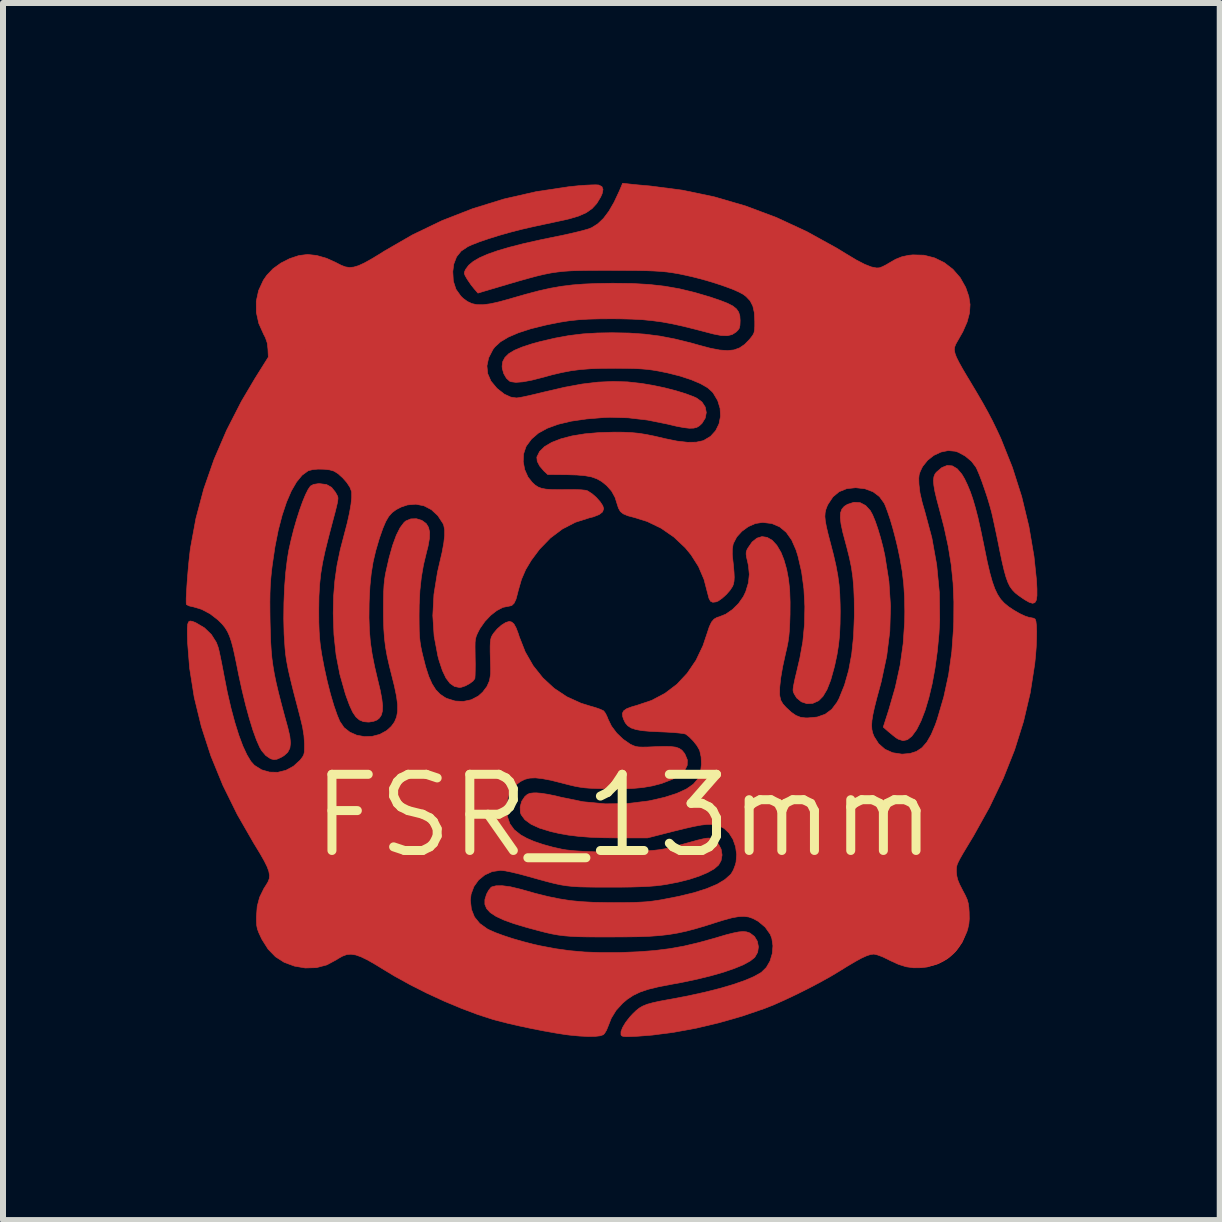
<source format=kicad_pcb>
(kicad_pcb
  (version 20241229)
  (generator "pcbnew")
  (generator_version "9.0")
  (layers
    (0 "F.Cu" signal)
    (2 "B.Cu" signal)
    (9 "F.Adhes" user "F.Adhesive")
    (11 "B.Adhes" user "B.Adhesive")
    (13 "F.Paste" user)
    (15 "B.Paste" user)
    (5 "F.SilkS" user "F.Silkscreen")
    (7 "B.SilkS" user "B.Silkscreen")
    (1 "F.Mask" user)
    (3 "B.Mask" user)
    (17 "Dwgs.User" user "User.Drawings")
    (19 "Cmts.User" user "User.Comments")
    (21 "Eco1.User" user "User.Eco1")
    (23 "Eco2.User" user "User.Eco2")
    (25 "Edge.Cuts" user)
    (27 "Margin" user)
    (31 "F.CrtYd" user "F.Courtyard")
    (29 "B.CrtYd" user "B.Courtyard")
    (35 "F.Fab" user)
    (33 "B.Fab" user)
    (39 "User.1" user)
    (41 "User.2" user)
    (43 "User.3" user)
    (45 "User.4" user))
  (footprint "FSR_13mm"
    (layer "F.Cu")
    (at 7.352 10.548)
    (property "Reference" "FSR_13mm" (at 0 0 0) (layer "F.SilkS") (effects (font (size 1.27 1.27) (thickness 0.15))))
    (attr through_hole)
    (fp_poly (pts (xy -0.423 -10.514) (xy -0.419 -10.513) (xy -0.368 -10.487) (xy -0.35 -10.44) (xy -0.364 -10.37) (xy -0.39 -10.312) (xy -0.454 -10.206) (xy -0.531 -10.122) (xy -0.629 -10.053) (xy -0.752 -9.998) (xy -0.909 -9.951) (xy -0.995 -9.931) (xy -1.088 -9.911) (xy -1.209 -9.885) (xy -1.345 -9.856) (xy -1.484 -9.826) (xy -1.547 -9.812) (xy -1.725 -9.771) (xy -1.909 -9.723) (xy -2.091 -9.671) (xy -2.263 -9.617) (xy -2.415 -9.565) (xy -2.54 -9.516) (xy -2.603 -9.487) (xy -2.714 -9.413) (xy -2.791 -9.317) (xy -2.838 -9.195) (xy -2.854 -9.07) (xy -2.845 -8.912) (xy -2.801 -8.776) (xy -2.72 -8.662) (xy -2.681 -8.624) (xy -2.61 -8.572) (xy -2.535 -8.537) (xy -2.45 -8.519) (xy -2.35 -8.518) (xy -2.228 -8.534) (xy -2.08 -8.567) (xy -1.899 -8.617) (xy -1.873 -8.625) (xy -1.632 -8.694) (xy -1.42 -8.75) (xy -1.228 -8.793) (xy -1.045 -8.825) (xy -0.861 -8.848) (xy -0.667 -8.863) (xy -0.452 -8.872) (xy -0.207 -8.876) (xy -0.169 -8.876) (xy 0.14 -8.872) (xy 0.419 -8.856) (xy 0.678 -8.827) (xy 0.928 -8.783) (xy 1.18 -8.722) (xy 1.445 -8.644) (xy 1.45 -8.642) (xy 1.606 -8.589) (xy 1.726 -8.542) (xy 1.814 -8.497) (xy 1.874 -8.449) (xy 1.911 -8.396) (xy 1.931 -8.333) (xy 1.936 -8.258) (xy 1.936 -8.251) (xy 1.933 -8.177) (xy 1.923 -8.129) (xy 1.899 -8.093) (xy 1.867 -8.062) (xy 1.803 -8.021) (xy 1.723 -8.002) (xy 1.621 -8.005) (xy 1.492 -8.03) (xy 1.438 -8.044) (xy 1.197 -8.107) (xy 0.989 -8.159) (xy 0.803 -8.2) (xy 0.634 -8.231) (xy 0.471 -8.253) (xy 0.307 -8.269) (xy 0.134 -8.278) (xy -0.058 -8.283) (xy -0.191 -8.284) (xy -0.406 -8.283) (xy -0.591 -8.278) (xy -0.754 -8.268) (xy -0.907 -8.252) (xy -1.06 -8.228) (xy -1.223 -8.196) (xy -1.305 -8.179) (xy -1.552 -8.118) (xy -1.759 -8.051) (xy -1.927 -7.979) (xy -2.058 -7.901) (xy -2.152 -7.815) (xy -2.185 -7.772) (xy -2.256 -7.634) (xy -2.285 -7.499) (xy -2.272 -7.369) (xy -2.218 -7.245) (xy -2.121 -7.128) (xy -2.108 -7.116) (xy -1.994 -7.027) (xy -1.887 -6.978) (xy -1.793 -6.964) (xy -1.751 -6.969) (xy -1.676 -6.983) (xy -1.574 -7.005) (xy -1.455 -7.033) (xy -1.324 -7.065) (xy -1.305 -7.069) (xy -0.987 -7.143) (xy -0.699 -7.196) (xy -0.433 -7.228) (xy -0.182 -7.239) (xy 0.06 -7.232) (xy 0.294 -7.206) (xy 0.488 -7.173) (xy 0.682 -7.132) (xy 0.864 -7.085) (xy 1.027 -7.035) (xy 1.161 -6.985) (xy 1.213 -6.961) (xy 1.3 -6.896) (xy 1.354 -6.813) (xy 1.372 -6.721) (xy 1.354 -6.628) (xy 1.3 -6.54) (xy 1.257 -6.5) (xy 1.214 -6.474) (xy 1.16 -6.461) (xy 1.089 -6.459) (xy 0.996 -6.47) (xy 0.874 -6.493) (xy 0.722 -6.529) (xy 0.395 -6.595) (xy 0.072 -6.633) (xy -0.235 -6.642) (xy -0.334 -6.638) (xy -0.627 -6.614) (xy -0.881 -6.577) (xy -1.098 -6.525) (xy -1.279 -6.459) (xy -1.427 -6.378) (xy -1.541 -6.28) (xy -1.625 -6.167) (xy -1.635 -6.149) (xy -1.674 -6.031) (xy -1.68 -5.901) (xy -1.655 -5.769) (xy -1.601 -5.647) (xy -1.532 -5.559) (xy -1.483 -5.513) (xy -1.433 -5.48) (xy -1.375 -5.458) (xy -1.302 -5.444) (xy -1.207 -5.437) (xy -1.081 -5.435) (xy -0.989 -5.436) (xy -0.831 -5.437) (xy -0.714 -5.433) (xy -0.638 -5.425) (xy -0.608 -5.416) (xy -0.532 -5.367) (xy -0.459 -5.303) (xy -0.397 -5.233) (xy -0.354 -5.168) (xy -0.339 -5.118) (xy -0.357 -5.065) (xy -0.414 -5.02) (xy -0.511 -4.982) (xy -0.576 -4.966) (xy -0.809 -4.892) (xy -1.026 -4.78) (xy -1.226 -4.63) (xy -1.409 -4.441) (xy -1.545 -4.259) (xy -1.639 -4.102) (xy -1.709 -3.94) (xy -1.762 -3.756) (xy -1.772 -3.715) (xy -1.8 -3.61) (xy -1.832 -3.542) (xy -1.871 -3.504) (xy -1.921 -3.492) (xy -1.924 -3.492) (xy -2.019 -3.473) (xy -2.122 -3.419) (xy -2.224 -3.339) (xy -2.32 -3.237) (xy -2.401 -3.121) (xy -2.424 -3.078) (xy -2.448 -3.029) (xy -2.465 -2.987) (xy -2.476 -2.944) (xy -2.482 -2.891) (xy -2.483 -2.819) (xy -2.482 -2.72) (xy -2.481 -2.64) (xy -2.479 -2.526) (xy -2.48 -2.425) (xy -2.482 -2.345) (xy -2.485 -2.295) (xy -2.487 -2.285) (xy -2.517 -2.245) (xy -2.573 -2.203) (xy -2.643 -2.165) (xy -2.71 -2.142) (xy -2.744 -2.138) (xy -2.826 -2.155) (xy -2.9 -2.206) (xy -2.967 -2.294) (xy -3.027 -2.42) (xy -3.082 -2.586) (xy -3.103 -2.664) (xy -3.165 -2.993) (xy -3.187 -3.336) (xy -3.168 -3.691) (xy -3.109 -4.059) (xy -3.078 -4.194) (xy -3.033 -4.387) (xy -3.004 -4.544) (xy -2.99 -4.67) (xy -2.99 -4.768) (xy -3.005 -4.842) (xy -3.016 -4.869) (xy -3.103 -5.002) (xy -3.211 -5.102) (xy -3.334 -5.166) (xy -3.469 -5.193) (xy -3.609 -5.181) (xy -3.714 -5.146) (xy -3.797 -5.103) (xy -3.865 -5.053) (xy -3.922 -4.989) (xy -3.972 -4.903) (xy -4.02 -4.79) (xy -4.071 -4.644) (xy -4.081 -4.614) (xy -4.139 -4.416) (xy -4.183 -4.227) (xy -4.214 -4.035) (xy -4.235 -3.828) (xy -4.247 -3.595) (xy -4.249 -3.535) (xy -4.251 -3.299) (xy -4.244 -3.09) (xy -4.228 -2.893) (xy -4.199 -2.696) (xy -4.157 -2.484) (xy -4.107 -2.271) (xy -4.064 -2.092) (xy -4.037 -1.948) (xy -4.024 -1.834) (xy -4.027 -1.746) (xy -4.044 -1.68) (xy -4.076 -1.63) (xy -4.115 -1.597) (xy -4.17 -1.575) (xy -4.242 -1.562) (xy -4.265 -1.561) (xy -4.343 -1.568) (xy -4.41 -1.596) (xy -4.469 -1.647) (xy -4.523 -1.727) (xy -4.575 -1.84) (xy -4.63 -1.989) (xy -4.645 -2.033) (xy -4.736 -2.355) (xy -4.799 -2.68) (xy -4.835 -3.018) (xy -4.847 -3.372) (xy -4.841 -3.654) (xy -4.82 -3.916) (xy -4.784 -4.172) (xy -4.729 -4.437) (xy -4.658 -4.708) (xy -4.612 -4.884) (xy -4.576 -5.047) (xy -4.551 -5.191) (xy -4.539 -5.309) (xy -4.54 -5.395) (xy -4.542 -5.405) (xy -4.568 -5.474) (xy -4.621 -5.555) (xy -4.691 -5.634) (xy -4.768 -5.703) (xy -4.836 -5.745) (xy -4.906 -5.765) (xy -4.999 -5.776) (xy -5.1 -5.778) (xy -5.193 -5.769) (xy -5.262 -5.751) (xy -5.268 -5.748) (xy -5.366 -5.676) (xy -5.459 -5.563) (xy -5.546 -5.413) (xy -5.626 -5.227) (xy -5.699 -5.008) (xy -5.764 -4.758) (xy -5.819 -4.48) (xy -5.864 -4.174) (xy -5.875 -4.085) (xy -5.887 -3.964) (xy -5.896 -3.843) (xy -5.901 -3.713) (xy -5.903 -3.566) (xy -5.902 -3.392) (xy -5.9 -3.239) (xy -5.895 -3.059) (xy -5.89 -2.901) (xy -5.881 -2.758) (xy -5.869 -2.625) (xy -5.851 -2.494) (xy -5.828 -2.359) (xy -5.798 -2.214) (xy -5.76 -2.053) (xy -5.713 -1.869) (xy -5.656 -1.655) (xy -5.605 -1.471) (xy -5.571 -1.327) (xy -5.559 -1.214) (xy -5.57 -1.126) (xy -5.606 -1.057) (xy -5.667 -1.002) (xy -5.719 -0.971) (xy -5.785 -0.942) (xy -5.834 -0.935) (xy -5.883 -0.947) (xy -5.895 -0.952) (xy -5.971 -1.003) (xy -6.04 -1.084) (xy -6.072 -1.139) (xy -6.127 -1.264) (xy -6.186 -1.427) (xy -6.246 -1.623) (xy -6.307 -1.846) (xy -6.367 -2.093) (xy -6.425 -2.359) (xy -6.445 -2.461) (xy -6.482 -2.642) (xy -6.514 -2.788) (xy -6.545 -2.904) (xy -6.577 -2.997) (xy -6.611 -3.072) (xy -6.651 -3.136) (xy -6.699 -3.195) (xy -6.758 -3.254) (xy -6.773 -3.268) (xy -6.9 -3.366) (xy -7.04 -3.44) (xy -7.179 -3.482) (xy -7.193 -3.484) (xy -7.251 -3.498) (xy -7.29 -3.518) (xy -7.296 -3.526) (xy -7.298 -3.559) (xy -7.298 -3.627) (xy -7.293 -3.722) (xy -7.286 -3.836) (xy -7.277 -3.963) (xy -7.266 -4.095) (xy -7.254 -4.225) (xy -7.241 -4.345) (xy -7.229 -4.448) (xy -7.226 -4.466) (xy -7.136 -4.955) (xy -7.005 -5.447) (xy -6.834 -5.938) (xy -6.624 -6.426) (xy -6.378 -6.907) (xy -6.152 -7.289) (xy -5.929 -7.645) (xy -5.935 -7.778) (xy -5.947 -7.881) (xy -5.978 -7.971) (xy -6.006 -8.024) (xy -6.088 -8.207) (xy -6.129 -8.392) (xy -6.13 -8.576) (xy -6.091 -8.755) (xy -6.012 -8.926) (xy -5.954 -9.01) (xy -5.851 -9.118) (xy -5.719 -9.213) (xy -5.571 -9.288) (xy -5.419 -9.338) (xy -5.274 -9.356) (xy -5.273 -9.356) (xy -5.121 -9.339) (xy -4.958 -9.292) (xy -4.797 -9.219) (xy -4.789 -9.214) (xy -4.712 -9.175) (xy -4.643 -9.149) (xy -4.576 -9.139) (xy -4.504 -9.146) (xy -4.424 -9.17) (xy -4.327 -9.215) (xy -4.21 -9.28) (xy -4.066 -9.367) (xy -3.997 -9.411) (xy -3.526 -9.683) (xy -3.034 -9.92) (xy -2.524 -10.119) (xy -2 -10.281) (xy -1.464 -10.403) (xy -0.921 -10.485) (xy -0.758 -10.502) (xy -0.648 -10.51) (xy -0.549 -10.515) (xy -0.471 -10.517) (xy -0.423 -10.514)) (stroke (width 0.01) (type solid)) (fill yes) (layer "F.Cu"))
    (fp_poly (pts (xy 0.079 -10.532) (xy 0.141 -10.525) (xy 0.232 -10.516) (xy 0.34 -10.506) (xy 0.434 -10.498) (xy 0.973 -10.428) (xy 1.504 -10.317) (xy 2.026 -10.165) (xy 2.541 -9.972) (xy 3.048 -9.737) (xy 3.548 -9.461) (xy 3.705 -9.365) (xy 3.873 -9.264) (xy 4.012 -9.192) (xy 4.124 -9.148) (xy 4.21 -9.131) (xy 4.255 -9.133) (xy 4.307 -9.152) (xy 4.374 -9.186) (xy 4.412 -9.209) (xy 4.528 -9.276) (xy 4.633 -9.318) (xy 4.745 -9.342) (xy 4.816 -9.349) (xy 5.001 -9.344) (xy 5.177 -9.299) (xy 5.339 -9.22) (xy 5.483 -9.109) (xy 5.604 -8.97) (xy 5.696 -8.807) (xy 5.748 -8.657) (xy 5.769 -8.521) (xy 5.76 -8.381) (xy 5.72 -8.231) (xy 5.648 -8.067) (xy 5.556 -7.906) (xy 5.529 -7.857) (xy 5.512 -7.812) (xy 5.507 -7.765) (xy 5.517 -7.711) (xy 5.541 -7.644) (xy 5.583 -7.56) (xy 5.643 -7.452) (xy 5.724 -7.315) (xy 5.757 -7.261) (xy 5.878 -7.058) (xy 5.98 -6.883) (xy 6.067 -6.726) (xy 6.143 -6.581) (xy 6.212 -6.439) (xy 6.28 -6.293) (xy 6.289 -6.271) (xy 6.475 -5.805) (xy 6.63 -5.318) (xy 6.75 -4.82) (xy 6.835 -4.32) (xy 6.876 -3.929) (xy 6.884 -3.779) (xy 6.884 -3.668) (xy 6.873 -3.593) (xy 6.849 -3.552) (xy 6.811 -3.541) (xy 6.755 -3.558) (xy 6.681 -3.6) (xy 6.651 -3.62) (xy 6.58 -3.669) (xy 6.522 -3.715) (xy 6.474 -3.765) (xy 6.433 -3.822) (xy 6.399 -3.892) (xy 6.367 -3.981) (xy 6.336 -4.093) (xy 6.303 -4.234) (xy 6.266 -4.409) (xy 6.246 -4.511) (xy 6.218 -4.648) (xy 6.19 -4.781) (xy 6.164 -4.901) (xy 6.143 -4.997) (xy 6.128 -5.061) (xy 6.128 -5.061) (xy 6.096 -5.177) (xy 6.057 -5.307) (xy 6.012 -5.441) (xy 5.967 -5.57) (xy 5.924 -5.683) (xy 5.886 -5.772) (xy 5.868 -5.809) (xy 5.793 -5.908) (xy 5.689 -5.995) (xy 5.572 -6.059) (xy 5.52 -6.076) (xy 5.404 -6.087) (xy 5.283 -6.062) (xy 5.165 -6.007) (xy 5.062 -5.926) (xy 4.981 -5.825) (xy 4.967 -5.8) (xy 4.937 -5.736) (xy 4.92 -5.684) (xy 4.914 -5.626) (xy 4.916 -5.548) (xy 4.918 -5.514) (xy 4.934 -5.381) (xy 4.97 -5.224) (xy 5.015 -5.069) (xy 5.132 -4.632) (xy 5.213 -4.18) (xy 5.257 -3.721) (xy 5.263 -3.264) (xy 5.251 -3.033) (xy 5.223 -2.74) (xy 5.185 -2.462) (xy 5.138 -2.203) (xy 5.082 -1.967) (xy 5.02 -1.758) (xy 4.951 -1.579) (xy 4.878 -1.434) (xy 4.8 -1.328) (xy 4.797 -1.324) (xy 4.724 -1.267) (xy 4.651 -1.251) (xy 4.572 -1.276) (xy 4.538 -1.297) (xy 4.48 -1.342) (xy 4.415 -1.396) (xy 4.397 -1.411) (xy 4.322 -1.477) (xy 4.413 -1.761) (xy 4.523 -2.141) (xy 4.603 -2.507) (xy 4.654 -2.868) (xy 4.679 -3.237) (xy 4.681 -3.408) (xy 4.677 -3.645) (xy 4.663 -3.862) (xy 4.638 -4.074) (xy 4.599 -4.298) (xy 4.56 -4.483) (xy 4.523 -4.636) (xy 4.482 -4.79) (xy 4.439 -4.936) (xy 4.396 -5.063) (xy 4.358 -5.165) (xy 4.338 -5.21) (xy 4.259 -5.319) (xy 4.152 -5.4) (xy 4.018 -5.45) (xy 3.863 -5.468) (xy 3.713 -5.452) (xy 3.586 -5.401) (xy 3.483 -5.315) (xy 3.402 -5.193) (xy 3.388 -5.165) (xy 3.366 -5.108) (xy 3.353 -5.051) (xy 3.349 -4.989) (xy 3.356 -4.913) (xy 3.374 -4.816) (xy 3.403 -4.693) (xy 3.439 -4.555) (xy 3.493 -4.347) (xy 3.534 -4.167) (xy 3.564 -4.006) (xy 3.585 -3.853) (xy 3.597 -3.696) (xy 3.603 -3.526) (xy 3.605 -3.408) (xy 3.602 -3.197) (xy 3.594 -3.015) (xy 3.577 -2.849) (xy 3.551 -2.685) (xy 3.514 -2.511) (xy 3.5 -2.455) (xy 3.445 -2.258) (xy 3.384 -2.103) (xy 3.317 -1.99) (xy 3.245 -1.917) (xy 3.243 -1.916) (xy 3.147 -1.873) (xy 3.049 -1.868) (xy 2.957 -1.899) (xy 2.88 -1.962) (xy 2.843 -2.021) (xy 2.832 -2.043) (xy 2.824 -2.062) (xy 2.819 -2.083) (xy 2.819 -2.11) (xy 2.824 -2.15) (xy 2.835 -2.208) (xy 2.852 -2.289) (xy 2.878 -2.397) (xy 2.911 -2.539) (xy 2.931 -2.623) (xy 2.981 -2.898) (xy 3.009 -3.189) (xy 3.015 -3.487) (xy 2.999 -3.783) (xy 2.961 -4.065) (xy 2.901 -4.325) (xy 2.868 -4.431) (xy 2.795 -4.597) (xy 2.704 -4.725) (xy 2.594 -4.816) (xy 2.464 -4.871) (xy 2.313 -4.889) (xy 2.306 -4.889) (xy 2.189 -4.871) (xy 2.072 -4.819) (xy 1.965 -4.741) (xy 1.879 -4.646) (xy 1.824 -4.54) (xy 1.818 -4.52) (xy 1.806 -4.445) (xy 1.805 -4.358) (xy 1.807 -4.329) (xy 1.824 -4.177) (xy 1.834 -4.061) (xy 1.838 -3.974) (xy 1.834 -3.908) (xy 1.823 -3.857) (xy 1.811 -3.825) (xy 1.768 -3.759) (xy 1.707 -3.689) (xy 1.637 -3.626) (xy 1.572 -3.58) (xy 1.536 -3.565) (xy 1.48 -3.558) (xy 1.442 -3.576) (xy 1.416 -3.625) (xy 1.397 -3.698) (xy 1.334 -3.939) (xy 1.242 -4.154) (xy 1.118 -4.349) (xy 1.021 -4.467) (xy 0.831 -4.646) (xy 0.618 -4.793) (xy 0.386 -4.905) (xy 0.174 -4.971) (xy 0.064 -5) (xy -0.012 -5.032) (xy -0.061 -5.072) (xy -0.092 -5.127) (xy -0.107 -5.173) (xy -0.149 -5.306) (xy -0.206 -5.41) (xy -0.285 -5.5) (xy -0.299 -5.512) (xy -0.373 -5.572) (xy -0.452 -5.616) (xy -0.541 -5.648) (xy -0.65 -5.668) (xy -0.786 -5.68) (xy -0.956 -5.685) (xy -0.959 -5.685) (xy -1.272 -5.688) (xy -1.337 -5.749) (xy -1.406 -5.83) (xy -1.446 -5.908) (xy -1.453 -5.976) (xy -1.452 -5.98) (xy -1.407 -6.071) (xy -1.324 -6.153) (xy -1.205 -6.223) (xy -1.051 -6.283) (xy -0.867 -6.331) (xy -0.653 -6.366) (xy -0.413 -6.387) (xy -0.169 -6.394) (xy -0.013 -6.393) (xy 0.121 -6.387) (xy 0.245 -6.375) (xy 0.372 -6.355) (xy 0.514 -6.326) (xy 0.683 -6.286) (xy 0.884 -6.245) (xy 1.059 -6.225) (xy 1.204 -6.227) (xy 1.317 -6.251) (xy 1.329 -6.256) (xy 1.443 -6.324) (xy 1.528 -6.418) (xy 1.584 -6.532) (xy 1.609 -6.658) (xy 1.602 -6.79) (xy 1.562 -6.921) (xy 1.488 -7.045) (xy 1.472 -7.065) (xy 1.392 -7.136) (xy 1.273 -7.204) (xy 1.121 -7.268) (xy 0.939 -7.328) (xy 0.73 -7.381) (xy 0.572 -7.413) (xy 0.477 -7.429) (xy 0.384 -7.441) (xy 0.285 -7.449) (xy 0.171 -7.455) (xy 0.032 -7.458) (xy -0.14 -7.459) (xy -0.148 -7.459) (xy -0.369 -7.458) (xy -0.558 -7.451) (xy -0.725 -7.438) (xy -0.881 -7.418) (xy -1.037 -7.388) (xy -1.203 -7.349) (xy -1.34 -7.311) (xy -1.531 -7.262) (xy -1.684 -7.233) (xy -1.802 -7.224) (xy -1.884 -7.235) (xy -1.905 -7.243) (xy -1.96 -7.293) (xy -2.004 -7.369) (xy -2.029 -7.456) (xy -2.032 -7.493) (xy -2.021 -7.571) (xy -1.984 -7.64) (xy -1.921 -7.702) (xy -1.826 -7.759) (xy -1.697 -7.813) (xy -1.532 -7.867) (xy -1.393 -7.905) (xy -1.146 -7.962) (xy -0.916 -8.004) (xy -0.686 -8.032) (xy -0.443 -8.047) (xy -0.201 -8.051) (xy 0.083 -8.046) (xy 0.344 -8.028) (xy 0.595 -7.996) (xy 0.849 -7.947) (xy 1.121 -7.88) (xy 1.252 -7.843) (xy 1.44 -7.793) (xy 1.596 -7.763) (xy 1.725 -7.754) (xy 1.834 -7.765) (xy 1.927 -7.799) (xy 2.011 -7.856) (xy 2.09 -7.937) (xy 2.116 -7.969) (xy 2.147 -8.01) (xy 2.166 -8.047) (xy 2.176 -8.092) (xy 2.18 -8.158) (xy 2.18 -8.243) (xy 2.173 -8.385) (xy 2.148 -8.496) (xy 2.103 -8.584) (xy 2.033 -8.657) (xy 1.983 -8.694) (xy 1.911 -8.732) (xy 1.806 -8.778) (xy 1.676 -8.826) (xy 1.527 -8.876) (xy 1.369 -8.924) (xy 1.208 -8.967) (xy 1.136 -8.985) (xy 1.02 -9.011) (xy 0.915 -9.033) (xy 0.816 -9.05) (xy 0.717 -9.064) (xy 0.612 -9.074) (xy 0.494 -9.081) (xy 0.359 -9.086) (xy 0.199 -9.089) (xy 0.009 -9.09) (xy -0.218 -9.091) (xy -0.222 -9.091) (xy -0.425 -9.091) (xy -0.598 -9.09) (xy -0.747 -9.088) (xy -0.878 -9.084) (xy -0.996 -9.076) (xy -1.107 -9.064) (xy -1.217 -9.048) (xy -1.332 -9.025) (xy -1.458 -8.995) (xy -1.599 -8.957) (xy -1.763 -8.911) (xy -1.954 -8.855) (xy -2.179 -8.788) (xy -2.239 -8.771) (xy -2.435 -8.712) (xy -2.498 -8.785) (xy -2.55 -8.85) (xy -2.602 -8.926) (xy -2.618 -8.951) (xy -2.65 -9.007) (xy -2.662 -9.043) (xy -2.655 -9.075) (xy -2.638 -9.11) (xy -2.589 -9.176) (xy -2.514 -9.239) (xy -2.41 -9.3) (xy -2.276 -9.359) (xy -2.109 -9.418) (xy -1.908 -9.477) (xy -1.67 -9.538) (xy -1.393 -9.6) (xy -1.194 -9.641) (xy -0.994 -9.682) (xy -0.826 -9.72) (xy -0.692 -9.753) (xy -0.595 -9.781) (xy -0.54 -9.802) (xy -0.437 -9.867) (xy -0.342 -9.957) (xy -0.252 -10.077) (xy -0.164 -10.229) (xy -0.075 -10.419) (xy -0.066 -10.441) (xy -0.023 -10.543) (xy 0.079 -10.532)) (stroke (width 0.01) (type solid)) (fill yes) (layer "F.Cu"))
    (fp_poly (pts (xy 5.473 -5.832) (xy 5.554 -5.784) (xy 5.631 -5.694) (xy 5.677 -5.617) (xy 5.726 -5.514) (xy 5.772 -5.403) (xy 5.815 -5.279) (xy 5.857 -5.136) (xy 5.9 -4.97) (xy 5.944 -4.774) (xy 5.992 -4.544) (xy 6.013 -4.441) (xy 6.057 -4.226) (xy 6.099 -4.047) (xy 6.14 -3.901) (xy 6.182 -3.783) (xy 6.228 -3.687) (xy 6.279 -3.609) (xy 6.338 -3.545) (xy 6.406 -3.488) (xy 6.41 -3.485) (xy 6.502 -3.424) (xy 6.596 -3.37) (xy 6.683 -3.329) (xy 6.753 -3.306) (xy 6.779 -3.302) (xy 6.829 -3.292) (xy 6.854 -3.277) (xy 6.867 -3.241) (xy 6.875 -3.171) (xy 6.879 -3.071) (xy 6.877 -2.95) (xy 6.872 -2.814) (xy 6.861 -2.67) (xy 6.847 -2.53) (xy 6.772 -2.048) (xy 6.66 -1.571) (xy 6.511 -1.096) (xy 6.322 -0.621) (xy 6.094 -0.144) (xy 5.826 0.338) (xy 5.787 0.402) (xy 5.707 0.535) (xy 5.646 0.637) (xy 5.602 0.714) (xy 5.572 0.773) (xy 5.553 0.817) (xy 5.544 0.854) (xy 5.541 0.889) (xy 5.541 0.928) (xy 5.541 0.937) (xy 5.548 1.005) (xy 5.564 1.07) (xy 5.594 1.143) (xy 5.643 1.239) (xy 5.645 1.243) (xy 5.692 1.332) (xy 5.722 1.4) (xy 5.739 1.461) (xy 5.749 1.531) (xy 5.754 1.611) (xy 5.756 1.719) (xy 5.749 1.804) (xy 5.731 1.884) (xy 5.716 1.934) (xy 5.637 2.11) (xy 5.527 2.26) (xy 5.39 2.381) (xy 5.231 2.469) (xy 5.053 2.522) (xy 4.955 2.534) (xy 4.825 2.535) (xy 4.703 2.518) (xy 4.576 2.478) (xy 4.434 2.413) (xy 4.391 2.391) (xy 4.305 2.35) (xy 4.226 2.321) (xy 4.17 2.308) (xy 4.164 2.307) (xy 4.11 2.314) (xy 4.045 2.335) (xy 3.961 2.373) (xy 3.857 2.43) (xy 3.725 2.508) (xy 3.609 2.58) (xy 3.453 2.674) (xy 3.272 2.775) (xy 3.076 2.878) (xy 2.874 2.979) (xy 2.677 3.072) (xy 2.496 3.153) (xy 2.339 3.215) (xy 2.339 3.215) (xy 1.97 3.341) (xy 1.589 3.45) (xy 1.207 3.541) (xy 0.831 3.61) (xy 0.472 3.657) (xy 0.231 3.676) (xy 0.12 3.681) (xy 0.044 3.683) (xy -0.004 3.68) (xy -0.031 3.673) (xy -0.045 3.661) (xy -0.05 3.651) (xy -0.05 3.6) (xy -0.022 3.528) (xy 0.029 3.443) (xy 0.1 3.353) (xy 0.146 3.303) (xy 0.202 3.249) (xy 0.256 3.206) (xy 0.315 3.172) (xy 0.387 3.143) (xy 0.478 3.118) (xy 0.596 3.092) (xy 0.747 3.064) (xy 0.777 3.059) (xy 1.071 3.003) (xy 1.344 2.943) (xy 1.594 2.88) (xy 1.816 2.815) (xy 2.007 2.749) (xy 2.163 2.683) (xy 2.281 2.617) (xy 2.291 2.61) (xy 2.373 2.53) (xy 2.435 2.422) (xy 2.472 2.298) (xy 2.483 2.169) (xy 2.465 2.047) (xy 2.439 1.978) (xy 2.354 1.858) (xy 2.238 1.761) (xy 2.15 1.713) (xy 2.078 1.688) (xy 2 1.678) (xy 1.909 1.682) (xy 1.799 1.702) (xy 1.663 1.739) (xy 1.54 1.777) (xy 1.352 1.837) (xy 1.185 1.886) (xy 1.033 1.926) (xy 0.888 1.957) (xy 0.743 1.981) (xy 0.592 1.998) (xy 0.427 2.01) (xy 0.241 2.017) (xy 0.026 2.02) (xy -0.222 2.021) (xy -0.434 2.021) (xy -0.61 2.02) (xy -0.757 2.017) (xy -0.883 2.011) (xy -0.994 2.002) (xy -1.097 1.989) (xy -1.198 1.971) (xy -1.305 1.947) (xy -1.425 1.916) (xy -1.563 1.879) (xy -1.625 1.862) (xy -1.833 1.8) (xy -2.002 1.739) (xy -2.133 1.678) (xy -2.228 1.616) (xy -2.289 1.55) (xy -2.319 1.478) (xy -2.319 1.399) (xy -2.292 1.311) (xy -2.29 1.306) (xy -2.256 1.244) (xy -2.22 1.199) (xy -2.205 1.187) (xy -2.133 1.168) (xy -2.028 1.167) (xy -1.897 1.184) (xy -1.745 1.22) (xy -1.714 1.228) (xy -1.477 1.295) (xy -1.268 1.347) (xy -1.077 1.386) (xy -0.893 1.415) (xy -0.705 1.433) (xy -0.503 1.444) (xy -0.276 1.448) (xy -0.169 1.449) (xy 0.008 1.448) (xy 0.151 1.446) (xy 0.269 1.441) (xy 0.371 1.435) (xy 0.464 1.425) (xy 0.557 1.412) (xy 0.623 1.401) (xy 0.916 1.344) (xy 1.167 1.283) (xy 1.378 1.216) (xy 1.549 1.144) (xy 1.681 1.065) (xy 1.776 0.981) (xy 1.79 0.963) (xy 1.825 0.902) (xy 1.855 0.822) (xy 1.868 0.774) (xy 1.878 0.646) (xy 1.86 0.516) (xy 1.817 0.394) (xy 1.752 0.29) (xy 1.671 0.213) (xy 1.645 0.198) (xy 1.586 0.171) (xy 1.526 0.153) (xy 1.46 0.144) (xy 1.382 0.145) (xy 1.286 0.156) (xy 1.168 0.178) (xy 1.022 0.211) (xy 0.842 0.255) (xy 0.783 0.27) (xy 0.392 0.37) (xy -0.095 0.37) (xy -0.348 0.367) (xy -0.565 0.359) (xy -0.757 0.344) (xy -0.929 0.323) (xy -1.09 0.294) (xy -1.221 0.264) (xy -1.405 0.208) (xy -1.549 0.142) (xy -1.652 0.067) (xy -1.714 -0.017) (xy -1.728 -0.056) (xy -1.731 -0.147) (xy -1.705 -0.241) (xy -1.653 -0.319) (xy -1.651 -0.321) (xy -1.611 -0.355) (xy -1.57 -0.373) (xy -1.511 -0.38) (xy -1.462 -0.381) (xy -1.378 -0.374) (xy -1.264 -0.356) (xy -1.13 -0.328) (xy -1.053 -0.309) (xy -0.683 -0.233) (xy -0.313 -0.198) (xy 0.052 -0.202) (xy 0.408 -0.246) (xy 0.438 -0.252) (xy 0.678 -0.307) (xy 0.878 -0.371) (xy 1.038 -0.444) (xy 1.156 -0.526) (xy 1.234 -0.617) (xy 1.246 -0.64) (xy 1.277 -0.739) (xy 1.291 -0.858) (xy 1.286 -0.979) (xy 1.263 -1.083) (xy 1.258 -1.096) (xy 1.218 -1.166) (xy 1.157 -1.244) (xy 1.088 -1.314) (xy 1.027 -1.361) (xy 0.992 -1.369) (xy 0.922 -1.378) (xy 0.824 -1.387) (xy 0.707 -1.394) (xy 0.614 -1.398) (xy 0.44 -1.406) (xy 0.302 -1.418) (xy 0.197 -1.437) (xy 0.119 -1.463) (xy 0.062 -1.5) (xy 0.021 -1.549) (xy -0.009 -1.612) (xy -0.022 -1.654) (xy -0.027 -1.706) (xy -0.006 -1.748) (xy 0.045 -1.784) (xy 0.131 -1.816) (xy 0.212 -1.839) (xy 0.46 -1.922) (xy 0.683 -2.04) (xy 0.882 -2.191) (xy 1.054 -2.375) (xy 1.2 -2.59) (xy 1.317 -2.835) (xy 1.385 -3.038) (xy 1.422 -3.15) (xy 1.459 -3.228) (xy 1.501 -3.277) (xy 1.554 -3.307) (xy 1.585 -3.315) (xy 1.697 -3.36) (xy 1.808 -3.437) (xy 1.909 -3.537) (xy 1.99 -3.652) (xy 2.03 -3.736) (xy 2.075 -3.885) (xy 2.089 -4.023) (xy 2.075 -4.167) (xy 2.063 -4.224) (xy 2.044 -4.306) (xy 2.036 -4.36) (xy 2.038 -4.398) (xy 2.05 -4.432) (xy 2.064 -4.459) (xy 2.136 -4.563) (xy 2.216 -4.627) (xy 2.3 -4.653) (xy 2.386 -4.64) (xy 2.47 -4.592) (xy 2.548 -4.507) (xy 2.618 -4.388) (xy 2.666 -4.267) (xy 2.711 -4.109) (xy 2.742 -3.945) (xy 2.762 -3.766) (xy 2.769 -3.562) (xy 2.768 -3.355) (xy 2.763 -3.206) (xy 2.757 -3.088) (xy 2.748 -2.989) (xy 2.735 -2.898) (xy 2.716 -2.802) (xy 2.692 -2.699) (xy 2.645 -2.485) (xy 2.613 -2.299) (xy 2.596 -2.144) (xy 2.594 -2.024) (xy 2.598 -1.991) (xy 2.614 -1.924) (xy 2.649 -1.864) (xy 2.701 -1.806) (xy 2.79 -1.724) (xy 2.867 -1.671) (xy 2.943 -1.641) (xy 3.03 -1.63) (xy 3.061 -1.63) (xy 3.221 -1.645) (xy 3.354 -1.692) (xy 3.463 -1.773) (xy 3.551 -1.89) (xy 3.585 -1.953) (xy 3.676 -2.178) (xy 3.746 -2.424) (xy 3.796 -2.694) (xy 3.827 -2.994) (xy 3.84 -3.327) (xy 3.84 -3.387) (xy 3.838 -3.61) (xy 3.83 -3.801) (xy 3.815 -3.973) (xy 3.792 -4.136) (xy 3.758 -4.301) (xy 3.713 -4.48) (xy 3.692 -4.558) (xy 3.647 -4.727) (xy 3.618 -4.863) (xy 3.606 -4.968) (xy 3.61 -5.049) (xy 3.632 -5.11) (xy 3.671 -5.156) (xy 3.726 -5.191) (xy 3.834 -5.225) (xy 3.936 -5.219) (xy 4.028 -5.171) (xy 4.105 -5.087) (xy 4.144 -5.016) (xy 4.188 -4.91) (xy 4.233 -4.779) (xy 4.277 -4.632) (xy 4.318 -4.475) (xy 4.349 -4.334) (xy 4.416 -3.909) (xy 4.443 -3.492) (xy 4.431 -3.076) (xy 4.379 -2.659) (xy 4.288 -2.233) (xy 4.266 -2.151) (xy 4.215 -1.963) (xy 4.176 -1.809) (xy 4.149 -1.686) (xy 4.133 -1.586) (xy 4.128 -1.506) (xy 4.132 -1.439) (xy 4.145 -1.38) (xy 4.167 -1.324) (xy 4.167 -1.323) (xy 4.245 -1.2) (xy 4.35 -1.108) (xy 4.479 -1.05) (xy 4.63 -1.027) (xy 4.646 -1.027) (xy 4.77 -1.038) (xy 4.876 -1.072) (xy 4.968 -1.134) (xy 5.049 -1.227) (xy 5.122 -1.354) (xy 5.191 -1.518) (xy 5.224 -1.614) (xy 5.332 -1.983) (xy 5.412 -2.353) (xy 5.465 -2.733) (xy 5.494 -3.136) (xy 5.497 -3.232) (xy 5.499 -3.565) (xy 5.486 -3.878) (xy 5.455 -4.183) (xy 5.405 -4.492) (xy 5.335 -4.814) (xy 5.26 -5.101) (xy 5.215 -5.27) (xy 5.183 -5.404) (xy 5.165 -5.509) (xy 5.159 -5.589) (xy 5.166 -5.649) (xy 5.184 -5.695) (xy 5.207 -5.726) (xy 5.298 -5.803) (xy 5.387 -5.839) (xy 5.473 -5.832)) (stroke (width 0.01) (type solid)) (fill yes) (layer "F.Cu"))
    (fp_poly (pts (xy -4.959 -5.521) (xy -4.875 -5.474) (xy -4.81 -5.392) (xy -4.797 -5.368) (xy -4.785 -5.346) (xy -4.776 -5.329) (xy -4.77 -5.312) (xy -4.768 -5.289) (xy -4.771 -5.257) (xy -4.779 -5.211) (xy -4.794 -5.146) (xy -4.816 -5.058) (xy -4.847 -4.942) (xy -4.886 -4.794) (xy -4.927 -4.636) (xy -4.983 -4.412) (xy -5.025 -4.216) (xy -5.055 -4.034) (xy -5.074 -3.852) (xy -5.085 -3.66) (xy -5.088 -3.443) (xy -5.088 -3.397) (xy -5.087 -3.222) (xy -5.082 -3.078) (xy -5.074 -2.954) (xy -5.062 -2.839) (xy -5.044 -2.72) (xy -5.041 -2.699) (xy -4.997 -2.467) (xy -4.947 -2.24) (xy -4.893 -2.027) (xy -4.836 -1.835) (xy -4.779 -1.672) (xy -4.737 -1.572) (xy -4.667 -1.469) (xy -4.57 -1.393) (xy -4.455 -1.342) (xy -4.328 -1.319) (xy -4.198 -1.323) (xy -4.071 -1.356) (xy -3.956 -1.419) (xy -3.879 -1.489) (xy -3.826 -1.562) (xy -3.791 -1.644) (xy -3.774 -1.739) (xy -3.774 -1.853) (xy -3.792 -1.992) (xy -3.827 -2.161) (xy -3.861 -2.297) (xy -3.91 -2.492) (xy -3.948 -2.659) (xy -3.975 -2.811) (xy -3.993 -2.96) (xy -4.004 -3.117) (xy -4.009 -3.295) (xy -4.01 -3.429) (xy -4.009 -3.601) (xy -4.006 -3.738) (xy -4 -3.849) (xy -3.99 -3.942) (xy -3.977 -4.025) (xy -3.973 -4.045) (xy -3.916 -4.297) (xy -3.857 -4.507) (xy -3.795 -4.676) (xy -3.731 -4.803) (xy -3.665 -4.89) (xy -3.636 -4.914) (xy -3.554 -4.948) (xy -3.461 -4.951) (xy -3.371 -4.924) (xy -3.298 -4.871) (xy -3.259 -4.808) (xy -3.24 -4.728) (xy -3.243 -4.625) (xy -3.266 -4.494) (xy -3.292 -4.392) (xy -3.342 -4.185) (xy -3.378 -3.977) (xy -3.402 -3.756) (xy -3.414 -3.512) (xy -3.416 -3.334) (xy -3.415 -3.186) (xy -3.413 -3.071) (xy -3.408 -2.978) (xy -3.399 -2.897) (xy -3.387 -2.819) (xy -3.369 -2.732) (xy -3.356 -2.678) (xy -3.306 -2.481) (xy -3.255 -2.323) (xy -3.199 -2.197) (xy -3.137 -2.099) (xy -3.065 -2.025) (xy -2.982 -1.969) (xy -2.954 -1.955) (xy -2.817 -1.912) (xy -2.678 -1.905) (xy -2.546 -1.933) (xy -2.428 -1.995) (xy -2.355 -2.061) (xy -2.284 -2.155) (xy -2.242 -2.25) (xy -2.224 -2.36) (xy -2.223 -2.455) (xy -2.228 -2.612) (xy -2.231 -2.733) (xy -2.231 -2.824) (xy -2.228 -2.891) (xy -2.222 -2.939) (xy -2.212 -2.976) (xy -2.197 -3.006) (xy -2.177 -3.037) (xy -2.173 -3.043) (xy -2.113 -3.114) (xy -2.043 -3.176) (xy -1.973 -3.22) (xy -1.916 -3.238) (xy -1.912 -3.239) (xy -1.871 -3.228) (xy -1.834 -3.195) (xy -1.799 -3.132) (xy -1.762 -3.035) (xy -1.746 -2.984) (xy -1.646 -2.73) (xy -1.514 -2.5) (xy -1.353 -2.298) (xy -1.165 -2.124) (xy -0.953 -1.983) (xy -0.718 -1.876) (xy -0.564 -1.828) (xy -0.476 -1.803) (xy -0.4 -1.776) (xy -0.349 -1.753) (xy -0.337 -1.745) (xy -0.307 -1.704) (xy -0.277 -1.641) (xy -0.265 -1.609) (xy -0.209 -1.494) (xy -0.122 -1.378) (xy -0.015 -1.275) (xy 0.102 -1.194) (xy 0.124 -1.183) (xy 0.164 -1.165) (xy 0.201 -1.153) (xy 0.246 -1.146) (xy 0.307 -1.144) (xy 0.392 -1.145) (xy 0.51 -1.15) (xy 0.523 -1.151) (xy 0.669 -1.155) (xy 0.779 -1.153) (xy 0.861 -1.143) (xy 0.921 -1.122) (xy 0.967 -1.09) (xy 1.005 -1.044) (xy 1.016 -1.027) (xy 1.056 -0.931) (xy 1.054 -0.84) (xy 1.012 -0.755) (xy 0.929 -0.677) (xy 0.805 -0.606) (xy 0.641 -0.543) (xy 0.614 -0.534) (xy 0.471 -0.497) (xy 0.315 -0.47) (xy 0.141 -0.454) (xy -0.061 -0.447) (xy -0.296 -0.449) (xy -0.309 -0.45) (xy -0.452 -0.454) (xy -0.564 -0.458) (xy -0.654 -0.465) (xy -0.735 -0.476) (xy -0.817 -0.491) (xy -0.911 -0.513) (xy -1.028 -0.543) (xy -1.043 -0.547) (xy -1.218 -0.591) (xy -1.361 -0.618) (xy -1.476 -0.631) (xy -1.571 -0.627) (xy -1.651 -0.607) (xy -1.724 -0.571) (xy -1.788 -0.524) (xy -1.874 -0.435) (xy -1.928 -0.333) (xy -1.953 -0.208) (xy -1.956 -0.127) (xy -1.943 0.017) (xy -1.902 0.135) (xy -1.83 0.234) (xy -1.722 0.32) (xy -1.619 0.377) (xy -1.498 0.429) (xy -1.35 0.479) (xy -1.191 0.523) (xy -1.039 0.557) (xy -0.963 0.57) (xy -0.83 0.584) (xy -0.664 0.595) (xy -0.475 0.602) (xy -0.272 0.605) (xy -0.067 0.604) (xy 0.133 0.599) (xy 0.243 0.594) (xy 0.386 0.586) (xy 0.499 0.577) (xy 0.594 0.566) (xy 0.683 0.551) (xy 0.778 0.529) (xy 0.891 0.5) (xy 0.963 0.48) (xy 1.111 0.439) (xy 1.223 0.408) (xy 1.307 0.388) (xy 1.368 0.376) (xy 1.411 0.373) (xy 1.444 0.377) (xy 1.471 0.387) (xy 1.498 0.402) (xy 1.498 0.402) (xy 1.573 0.47) (xy 1.619 0.557) (xy 1.635 0.655) (xy 1.618 0.75) (xy 1.576 0.823) (xy 1.503 0.886) (xy 1.393 0.948) (xy 1.253 1.007) (xy 1.088 1.061) (xy 0.904 1.107) (xy 0.707 1.145) (xy 0.627 1.157) (xy 0.524 1.169) (xy 0.408 1.178) (xy 0.273 1.184) (xy 0.114 1.189) (xy -0.078 1.191) (xy -0.254 1.191) (xy -0.448 1.191) (xy -0.607 1.189) (xy -0.74 1.186) (xy -0.854 1.179) (xy -0.958 1.168) (xy -1.058 1.152) (xy -1.164 1.129) (xy -1.282 1.099) (xy -1.422 1.061) (xy -1.574 1.018) (xy -1.736 0.974) (xy -1.873 0.941) (xy -1.981 0.919) (xy -2.054 0.911) (xy -2.061 0.911) (xy -2.197 0.931) (xy -2.32 0.987) (xy -2.424 1.072) (xy -2.502 1.181) (xy -2.549 1.307) (xy -2.561 1.408) (xy -2.544 1.559) (xy -2.493 1.688) (xy -2.405 1.796) (xy -2.28 1.886) (xy -2.245 1.904) (xy -2.143 1.949) (xy -2.01 1.998) (xy -1.855 2.049) (xy -1.688 2.097) (xy -1.519 2.141) (xy -1.399 2.168) (xy -1.147 2.216) (xy -0.902 2.25) (xy -0.654 2.272) (xy -0.39 2.281) (xy -0.099 2.281) (xy -0.053 2.28) (xy 0.242 2.268) (xy 0.508 2.248) (xy 0.756 2.217) (xy 0.998 2.174) (xy 1.247 2.115) (xy 1.515 2.041) (xy 1.551 2.03) (xy 1.703 1.985) (xy 1.822 1.955) (xy 1.913 1.937) (xy 1.984 1.931) (xy 2.041 1.936) (xy 2.09 1.952) (xy 2.1 1.956) (xy 2.175 2.013) (xy 2.223 2.093) (xy 2.241 2.185) (xy 2.228 2.277) (xy 2.181 2.359) (xy 2.177 2.364) (xy 2.102 2.423) (xy 1.989 2.485) (xy 1.84 2.546) (xy 1.66 2.608) (xy 1.451 2.668) (xy 1.218 2.725) (xy 0.963 2.779) (xy 0.766 2.815) (xy 0.567 2.854) (xy 0.403 2.894) (xy 0.268 2.94) (xy 0.155 2.994) (xy 0.056 3.059) (xy -0.022 3.125) (xy -0.131 3.244) (xy -0.211 3.374) (xy -0.264 3.508) (xy -0.292 3.577) (xy -0.326 3.632) (xy -0.345 3.651) (xy -0.397 3.669) (xy -0.484 3.679) (xy -0.601 3.68) (xy -0.742 3.673) (xy -0.901 3.658) (xy -0.974 3.649) (xy -1.139 3.623) (xy -1.33 3.589) (xy -1.536 3.549) (xy -1.743 3.505) (xy -1.939 3.46) (xy -2.112 3.416) (xy -2.185 3.396) (xy -2.436 3.315) (xy -2.71 3.212) (xy -2.997 3.092) (xy -3.285 2.959) (xy -3.564 2.818) (xy -3.825 2.674) (xy -3.979 2.581) (xy -4.141 2.482) (xy -4.273 2.406) (xy -4.382 2.353) (xy -4.473 2.321) (xy -4.551 2.309) (xy -4.622 2.315) (xy -4.69 2.34) (xy -4.762 2.38) (xy -4.792 2.4) (xy -4.954 2.487) (xy -5.128 2.533) (xy -5.314 2.538) (xy -5.494 2.507) (xy -5.665 2.444) (xy -5.81 2.351) (xy -5.933 2.224) (xy -6.036 2.061) (xy -6.049 2.034) (xy -6.087 1.952) (xy -6.111 1.889) (xy -6.123 1.827) (xy -6.127 1.751) (xy -6.127 1.683) (xy -6.114 1.51) (xy -6.074 1.359) (xy -6.003 1.214) (xy -5.969 1.161) (xy -5.935 1.105) (xy -5.914 1.051) (xy -5.909 0.995) (xy -5.92 0.93) (xy -5.948 0.852) (xy -5.996 0.755) (xy -6.064 0.635) (xy -6.155 0.485) (xy -6.167 0.466) (xy -6.446 -0.019) (xy -6.686 -0.506) (xy -6.886 -0.995) (xy -7.045 -1.485) (xy -7.164 -1.973) (xy -7.241 -2.46) (xy -7.275 -2.889) (xy -7.279 -3.027) (xy -7.279 -3.127) (xy -7.273 -3.193) (xy -7.258 -3.232) (xy -7.233 -3.246) (xy -7.196 -3.24) (xy -7.144 -3.22) (xy -7.136 -3.216) (xy -6.994 -3.132) (xy -6.879 -3.021) (xy -6.796 -2.89) (xy -6.765 -2.807) (xy -6.75 -2.749) (xy -6.731 -2.66) (xy -6.708 -2.548) (xy -6.684 -2.424) (xy -6.668 -2.339) (xy -6.612 -2.054) (xy -6.551 -1.791) (xy -6.487 -1.553) (xy -6.421 -1.342) (xy -6.354 -1.162) (xy -6.286 -1.016) (xy -6.22 -0.906) (xy -6.162 -0.841) (xy -6.041 -0.765) (xy -5.909 -0.727) (xy -5.771 -0.724) (xy -5.636 -0.757) (xy -5.51 -0.825) (xy -5.4 -0.925) (xy -5.389 -0.939) (xy -5.357 -0.981) (xy -5.338 -1.018) (xy -5.328 -1.063) (xy -5.326 -1.127) (xy -5.326 -1.203) (xy -5.335 -1.336) (xy -5.358 -1.479) (xy -5.397 -1.64) (xy -5.455 -1.863) (xy -5.504 -2.05) (xy -5.543 -2.206) (xy -5.574 -2.336) (xy -5.599 -2.446) (xy -5.617 -2.54) (xy -5.631 -2.623) (xy -5.642 -2.701) (xy -5.649 -2.778) (xy -5.65 -2.786) (xy -5.666 -3.027) (xy -5.672 -3.284) (xy -5.669 -3.548) (xy -5.658 -3.809) (xy -5.639 -4.055) (xy -5.612 -4.278) (xy -5.587 -4.428) (xy -5.549 -4.598) (xy -5.506 -4.769) (xy -5.458 -4.936) (xy -5.408 -5.093) (xy -5.358 -5.233) (xy -5.31 -5.35) (xy -5.266 -5.438) (xy -5.229 -5.492) (xy -5.225 -5.496) (xy -5.175 -5.523) (xy -5.097 -5.535) (xy -5.069 -5.535) (xy -4.959 -5.521)) (stroke (width 0.01) (type solid)) (fill yes) (layer "F.Cu"))
    (fp_circle (center -0.21 -3.4) (end 3.93 -3.3) (stroke (width 6) (type solid)) (fill no) (layer "F.Mask"))
    (pad "1" smd circle (at -5.3 -8.53) (size 1.524 1.524) (layers "F.Cu"))
    (pad "2" smd circle (at -5.31 1.71) (size 1.524 1.524) (layers "F.Cu"))
    (pad "3" smd circle (at 4.96 1.76) (size 1.524 1.524) (layers "F.Cu"))
    (pad "4" smd circle (at 4.9 -8.52) (size 1.524 1.524) (layers "F.Cu")))
  (gr_rect
    (start -3 -3)
    (end 17.283 17.289)
    (stroke (width 0.1) (type default))
    (fill no)
    (layer "Edge.Cuts")))
</source>
